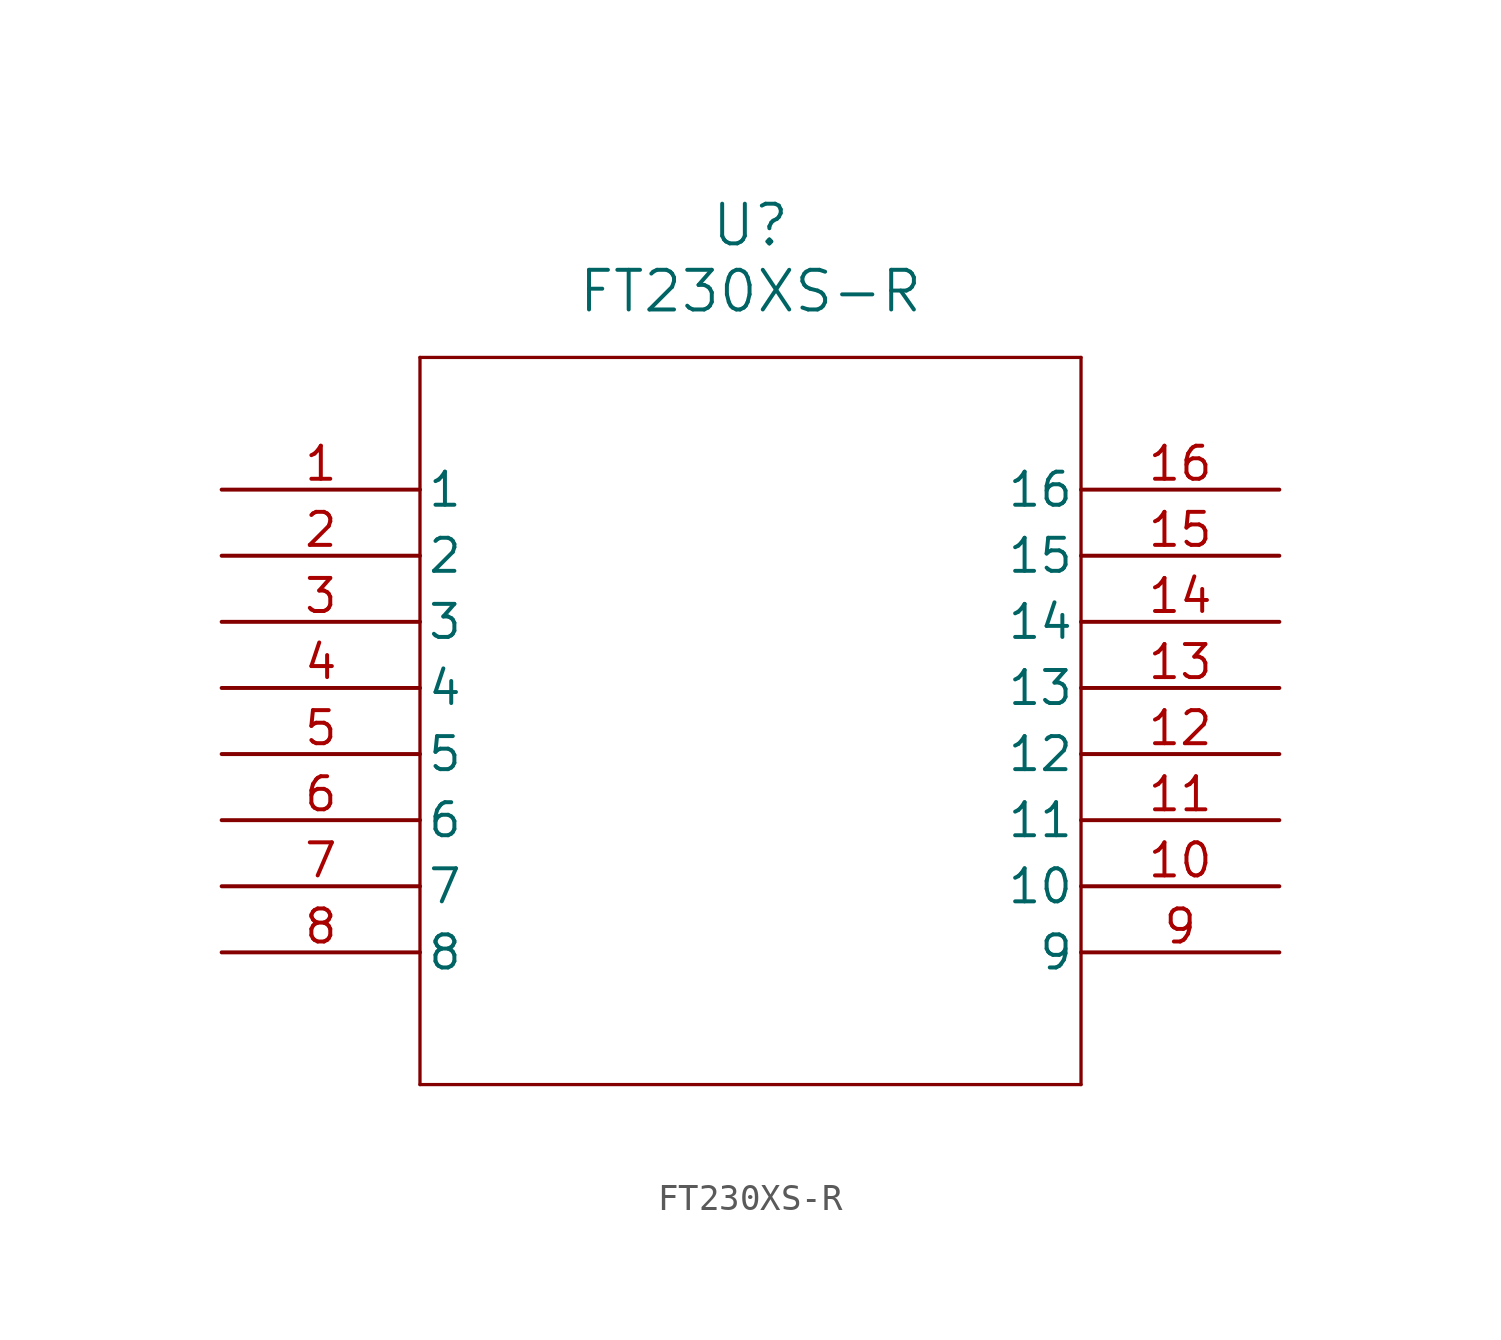
<source format=kicad_sym>
(kicad_symbol_lib
  (version 20220914)
  (generator kicad_symbol_editor)
  (symbol "FT230XS-R"
    (pin_names
      (offset 0.254))
    (property "Reference" "U"
      (at 20.32 10.16 0)
      (effects (font (size 1.524 1.524))))
    (property "Value" "FT230XS-R"
      (at 20.32 7.62 0)
      (effects (font (size 1.524 1.524))))
    (symbol "FT230XS-R_0_1"
      (polyline (pts (xy 7.62 -22.86) (xy 33.02 -22.86)) (stroke (width 0.127) (type default)) (fill (type none)))
      (polyline (pts (xy 7.62 5.08) (xy 7.62 -22.86)) (stroke (width 0.127) (type default)) (fill (type none)))
      (polyline (pts (xy 33.02 -22.86) (xy 33.02 5.08)) (stroke (width 0.127) (type default)) (fill (type none)))
      (polyline (pts (xy 33.02 5.08) (xy 7.62 5.08)) (stroke (width 0.127) (type default)) (fill (type none)))
      (pin unspecified line (at 0 0 0) (length 7.62) (name "1" (effects (font (size 1.27 1.27)))) (number "1" (effects (font (size 1.27 1.27)))))
      (pin output line (at 40.64 -15.24 180) (length 7.62) (name "10" (effects (font (size 1.27 1.27)))) (number "10" (effects (font (size 1.27 1.27)))))
      (pin unspecified line (at 40.64 -12.7 180) (length 7.62) (name "11" (effects (font (size 1.27 1.27)))) (number "11" (effects (font (size 1.27 1.27)))))
      (pin power_in line (at 40.64 -10.16 180) (length 7.62) (name "12" (effects (font (size 1.27 1.27)))) (number "12" (effects (font (size 1.27 1.27)))))
      (pin power_out line (at 40.64 -7.62 180) (length 7.62) (name "13" (effects (font (size 1.27 1.27)))) (number "13" (effects (font (size 1.27 1.27)))))
      (pin bidirectional line (at 40.64 -5.08 180) (length 7.62) (name "14" (effects (font (size 1.27 1.27)))) (number "14" (effects (font (size 1.27 1.27)))))
      (pin bidirectional line (at 40.64 -2.54 180) (length 7.62) (name "15" (effects (font (size 1.27 1.27)))) (number "15" (effects (font (size 1.27 1.27)))))
      (pin bidirectional line (at 40.64 0 180) (length 7.62) (name "16" (effects (font (size 1.27 1.27)))) (number "16" (effects (font (size 1.27 1.27)))))
      (pin unspecified line (at 0 -2.54 0) (length 7.62) (name "2" (effects (font (size 1.27 1.27)))) (number "2" (effects (font (size 1.27 1.27)))))
      (pin power_in line (at 0 -5.08 0) (length 7.62) (name "3" (effects (font (size 1.27 1.27)))) (number "3" (effects (font (size 1.27 1.27)))))
      (pin unspecified line (at 0 -7.62 0) (length 7.62) (name "4" (effects (font (size 1.27 1.27)))) (number "4" (effects (font (size 1.27 1.27)))))
      (pin power_out line (at 0 -10.16 0) (length 7.62) (name "5" (effects (font (size 1.27 1.27)))) (number "5" (effects (font (size 1.27 1.27)))))
      (pin unspecified line (at 0 -12.7 0) (length 7.62) (name "6" (effects (font (size 1.27 1.27)))) (number "6" (effects (font (size 1.27 1.27)))))
      (pin bidirectional line (at 0 -15.24 0) (length 7.62) (name "7" (effects (font (size 1.27 1.27)))) (number "7" (effects (font (size 1.27 1.27)))))
      (pin unspecified line (at 0 -17.78 0) (length 7.62) (name "8" (effects (font (size 1.27 1.27)))) (number "8" (effects (font (size 1.27 1.27)))))
      (pin unspecified line (at 40.64 -17.78 180) (length 7.62) (name "9" (effects (font (size 1.27 1.27)))) (number "9" (effects (font (size 1.27 1.27))))))))
</source>
